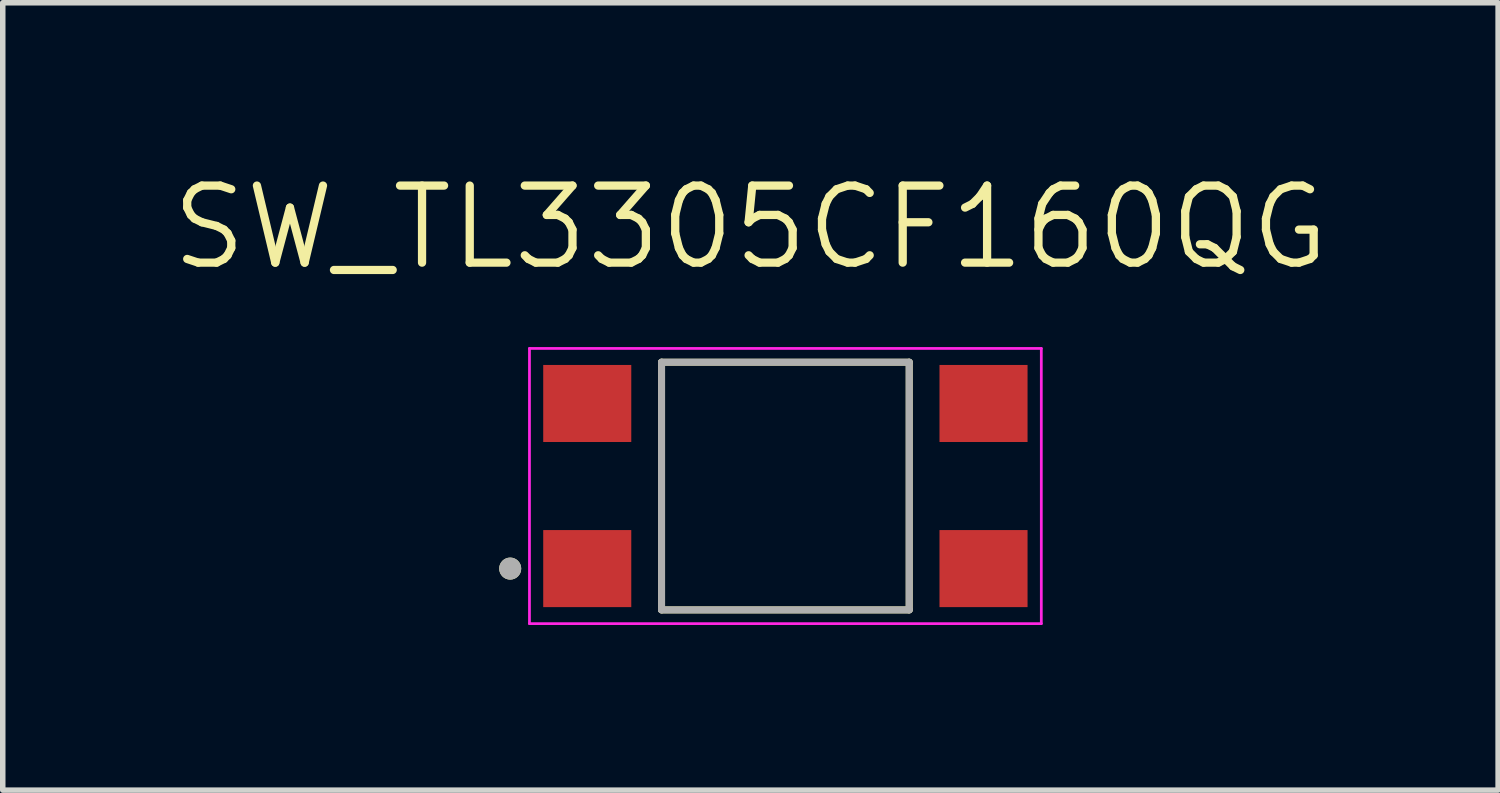
<source format=kicad_pcb>
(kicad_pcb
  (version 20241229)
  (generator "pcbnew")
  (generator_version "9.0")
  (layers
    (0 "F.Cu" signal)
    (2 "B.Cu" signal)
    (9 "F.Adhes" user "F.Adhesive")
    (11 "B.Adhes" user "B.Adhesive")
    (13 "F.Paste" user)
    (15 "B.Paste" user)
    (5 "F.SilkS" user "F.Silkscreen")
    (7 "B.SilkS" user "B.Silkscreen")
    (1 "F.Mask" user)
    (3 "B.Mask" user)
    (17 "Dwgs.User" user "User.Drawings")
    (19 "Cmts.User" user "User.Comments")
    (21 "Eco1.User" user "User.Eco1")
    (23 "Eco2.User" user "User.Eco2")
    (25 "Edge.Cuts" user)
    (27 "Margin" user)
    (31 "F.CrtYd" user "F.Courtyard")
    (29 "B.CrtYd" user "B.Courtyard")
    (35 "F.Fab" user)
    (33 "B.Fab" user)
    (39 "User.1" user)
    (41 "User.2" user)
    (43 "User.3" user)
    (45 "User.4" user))
  (footprint "SW_TL3305CF160QG"
    (layer "F.Cu")
    (at 11.22 5.781)
    (property "Reference" "SW_TL3305CF160QG" (at -0.635 -4.699 0) (layer "F.SilkS") (effects (font (size 1.4 1.4) (thickness 0.15))))
    (attr smd)
    (fp_line (start -2.25 -2.25) (end -2.25 2.25) (stroke (width 0.127) (type solid)) (layer "F.SilkS"))
    (fp_line (start -2.25 2.25) (end 2.25 2.25) (stroke (width 0.127) (type solid)) (layer "F.SilkS"))
    (fp_line (start 2.25 -2.25) (end -2.25 -2.25) (stroke (width 0.127) (type solid)) (layer "F.SilkS"))
    (fp_line (start 2.25 2.25) (end 2.25 -2.25) (stroke (width 0.127) (type solid)) (layer "F.SilkS"))
    (fp_circle (center -5 1.5) (end -4.9 1.5) (stroke (width 0.2) (type solid)) (fill no) (layer "F.SilkS"))
    (fp_line (start -4.65 -2.5) (end 4.65 -2.5) (stroke (width 0.05) (type solid)) (layer "F.CrtYd"))
    (fp_line (start -4.65 2.5) (end -4.65 -2.5) (stroke (width 0.05) (type solid)) (layer "F.CrtYd"))
    (fp_line (start 4.65 -2.5) (end 4.65 2.5) (stroke (width 0.05) (type solid)) (layer "F.CrtYd"))
    (fp_line (start 4.65 2.5) (end -4.65 2.5) (stroke (width 0.05) (type solid)) (layer "F.CrtYd"))
    (fp_line (start -2.25 -2.25) (end 2.25 -2.25) (stroke (width 0.127) (type solid)) (layer "F.Fab"))
    (fp_line (start -2.25 2.25) (end -2.25 -2.25) (stroke (width 0.127) (type solid)) (layer "F.Fab"))
    (fp_line (start 2.25 -2.25) (end 2.25 2.25) (stroke (width 0.127) (type solid)) (layer "F.Fab"))
    (fp_line (start 2.25 2.25) (end -2.25 2.25) (stroke (width 0.127) (type solid)) (layer "F.Fab"))
    (fp_circle (center -5 1.5) (end -4.9 1.5) (stroke (width 0.2) (type solid)) (fill no) (layer "F.Fab"))
    (pad "1" smd rect (at -3.6 1.5) (size 1.6 1.4) (layers "F.Cu" "F.Mask" "F.Paste"))
    (pad "2" smd rect (at 3.6 1.5) (size 1.6 1.4) (layers "F.Cu" "F.Mask" "F.Paste"))
    (pad "3" smd rect (at -3.6 -1.5) (size 1.6 1.4) (layers "F.Cu" "F.Mask" "F.Paste"))
    (pad "4" smd rect (at 3.6 -1.5) (size 1.6 1.4) (layers "F.Cu" "F.Mask" "F.Paste")))
  (gr_rect
    (start -3 -3)
    (end 24.17 11.306)
    (stroke (width 0.1) (type default))
    (fill no)
    (layer "Edge.Cuts")))
</source>
